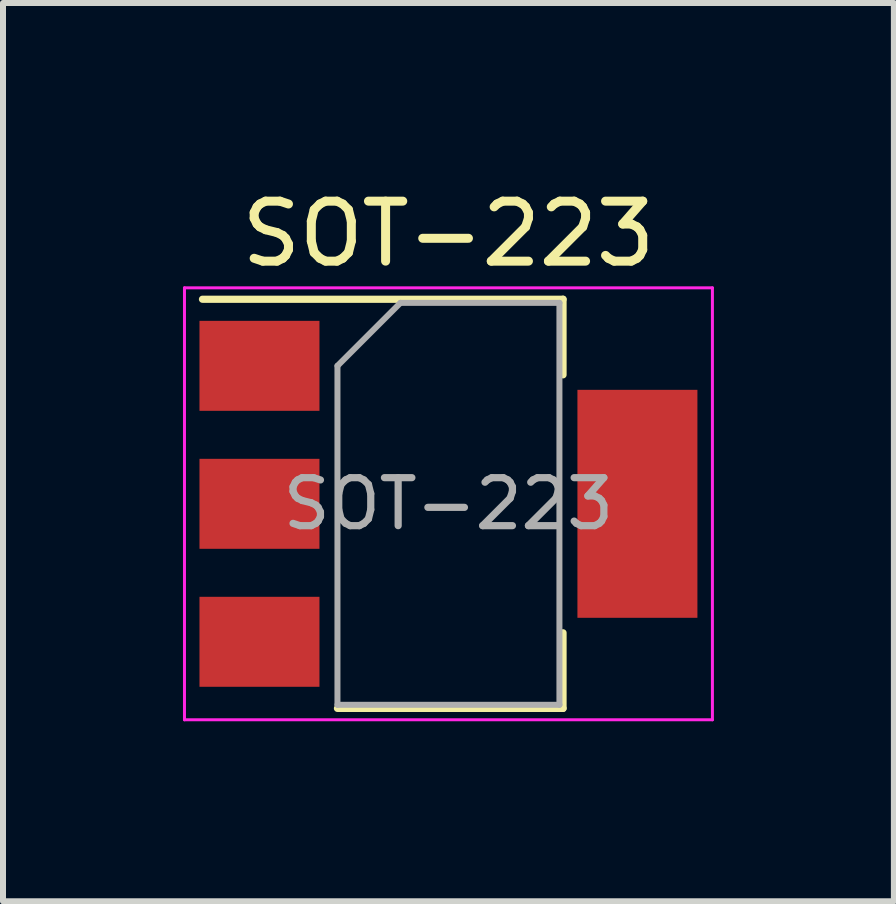
<source format=kicad_pcb>
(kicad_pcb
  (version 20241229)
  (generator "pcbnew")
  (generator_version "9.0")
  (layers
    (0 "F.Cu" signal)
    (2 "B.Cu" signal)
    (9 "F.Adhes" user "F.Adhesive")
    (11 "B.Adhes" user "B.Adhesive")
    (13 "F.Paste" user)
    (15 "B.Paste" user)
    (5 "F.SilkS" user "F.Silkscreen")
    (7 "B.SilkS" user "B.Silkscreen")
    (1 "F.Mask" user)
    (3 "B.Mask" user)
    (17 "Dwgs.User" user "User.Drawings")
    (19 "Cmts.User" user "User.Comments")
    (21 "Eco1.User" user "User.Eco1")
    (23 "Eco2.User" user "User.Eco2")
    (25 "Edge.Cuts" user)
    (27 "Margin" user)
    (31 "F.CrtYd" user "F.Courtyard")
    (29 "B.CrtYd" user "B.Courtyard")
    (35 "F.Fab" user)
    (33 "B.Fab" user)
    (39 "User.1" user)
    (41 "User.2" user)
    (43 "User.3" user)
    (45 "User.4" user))
  (footprint "SOT-223"
    (layer "F.Cu")
    (at 4.425 5.348)
    (property "Reference" "SOT-223" (at 0 -4.5 0) (layer "F.SilkS") (effects (font (size 1 1) (thickness 0.15))))
    (attr smd)
    (fp_line (start -4.1 -3.41) (end 1.91 -3.41) (stroke (width 0.12) (type solid)) (layer "F.SilkS"))
    (fp_line (start -1.85 3.41) (end 1.91 3.41) (stroke (width 0.12) (type solid)) (layer "F.SilkS"))
    (fp_line (start 1.91 -3.41) (end 1.91 -2.15) (stroke (width 0.12) (type solid)) (layer "F.SilkS"))
    (fp_line (start 1.91 3.41) (end 1.91 2.15) (stroke (width 0.12) (type solid)) (layer "F.SilkS"))
    (fp_line (start -4.4 -3.6) (end -4.4 3.6) (stroke (width 0.05) (type solid)) (layer "F.CrtYd"))
    (fp_line (start -4.4 3.6) (end 4.4 3.6) (stroke (width 0.05) (type solid)) (layer "F.CrtYd"))
    (fp_line (start 4.4 -3.6) (end -4.4 -3.6) (stroke (width 0.05) (type solid)) (layer "F.CrtYd"))
    (fp_line (start 4.4 3.6) (end 4.4 -3.6) (stroke (width 0.05) (type solid)) (layer "F.CrtYd"))
    (fp_line (start -1.85 -2.3) (end -1.85 3.35) (stroke (width 0.1) (type solid)) (layer "F.Fab"))
    (fp_line (start -1.85 -2.3) (end -0.8 -3.35) (stroke (width 0.1) (type solid)) (layer "F.Fab"))
    (fp_line (start -1.85 3.35) (end 1.85 3.35) (stroke (width 0.1) (type solid)) (layer "F.Fab"))
    (fp_line (start -0.8 -3.35) (end 1.85 -3.35) (stroke (width 0.1) (type solid)) (layer "F.Fab"))
    (fp_line (start 1.85 -3.35) (end 1.85 3.35) (stroke (width 0.1) (type solid)) (layer "F.Fab"))
    (fp_text user "${REFERENCE}" (at 0 0 0) (layer "F.Fab") (effects (font (size 0.8 0.8) (thickness 0.12))))
    (pad "1" smd rect (at -3.15 -2.3) (size 2 1.5) (layers "F.Cu" "F.Mask" "F.Paste"))
    (pad "2" smd rect (at -3.15 0) (size 2 1.5) (layers "F.Cu" "F.Mask" "F.Paste"))
    (pad "3" smd rect (at -3.15 2.3) (size 2 1.5) (layers "F.Cu" "F.Mask" "F.Paste"))
    (pad "4" smd rect (at 3.15 0) (size 2 3.8) (layers "F.Cu" "F.Mask" "F.Paste")))
  (gr_rect
    (start -3 -3)
    (end 11.85 11.973)
    (stroke (width 0.1) (type default))
    (fill no)
    (layer "Edge.Cuts")))
</source>
